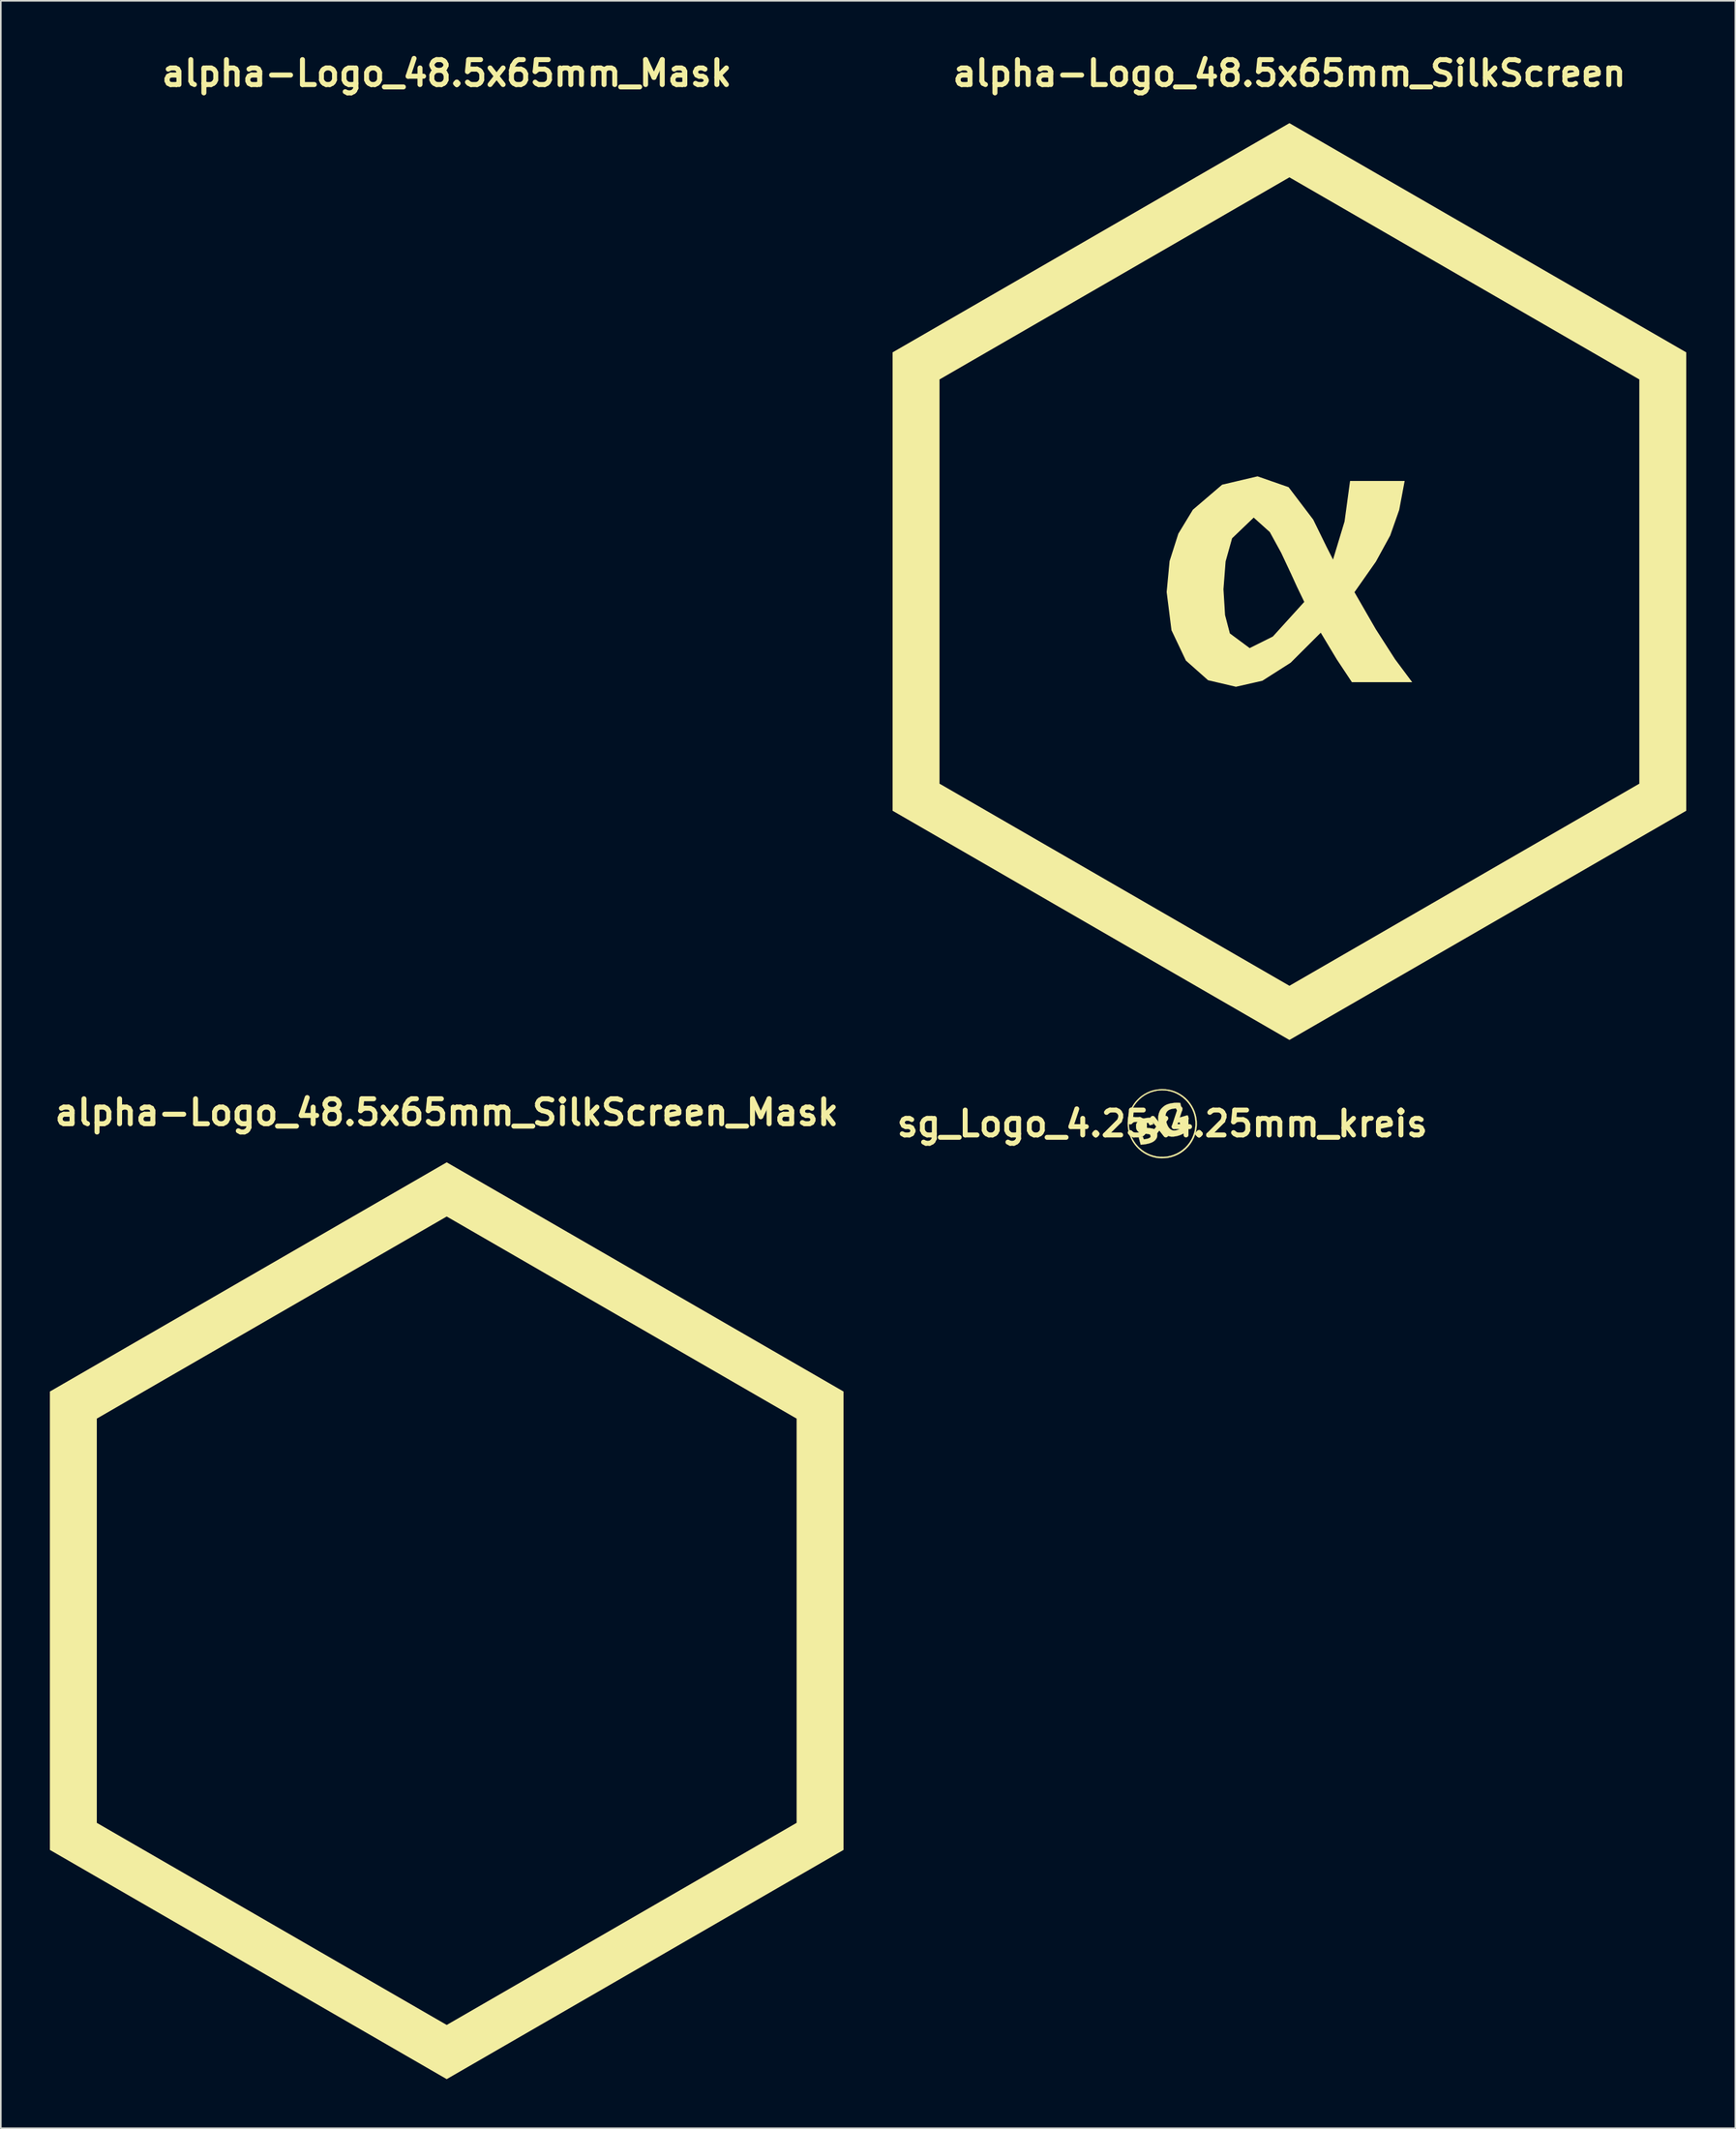
<source format=kicad_pcb>
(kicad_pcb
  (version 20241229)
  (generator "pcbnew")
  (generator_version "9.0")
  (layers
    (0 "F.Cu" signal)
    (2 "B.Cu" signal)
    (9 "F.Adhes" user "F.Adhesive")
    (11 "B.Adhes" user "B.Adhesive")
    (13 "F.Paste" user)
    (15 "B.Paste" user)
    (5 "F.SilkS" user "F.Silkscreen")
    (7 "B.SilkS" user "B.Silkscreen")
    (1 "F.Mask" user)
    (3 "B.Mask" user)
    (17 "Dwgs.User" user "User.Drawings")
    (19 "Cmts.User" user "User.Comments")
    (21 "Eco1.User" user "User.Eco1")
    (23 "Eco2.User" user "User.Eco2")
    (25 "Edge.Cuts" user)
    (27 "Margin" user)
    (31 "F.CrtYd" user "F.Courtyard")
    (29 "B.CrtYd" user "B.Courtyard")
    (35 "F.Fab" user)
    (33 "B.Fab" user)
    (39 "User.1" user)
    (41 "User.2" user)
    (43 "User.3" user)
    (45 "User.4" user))
  (footprint "sg_Logo_4.25x4.25mm_kreis"
    (layer "F.Cu")
    (at 67.983 65.594)
    (property "Reference" "sg_Logo_4.25x4.25mm_kreis" (at 0 0 0) (layer "F.SilkS") (effects (font (size 1.524 1.524) (thickness 0.3))))
    (attr through_hole)
    (fp_poly (pts (xy -0.596 -0.18) (xy -0.582 -0.119) (xy -0.569 -0.065) (xy -0.559 -0.021) (xy -0.553 0.01) (xy -0.551 0.022) (xy -0.556 0.032) (xy -0.576 0.043) (xy -0.611 0.055) (xy -0.654 0.067) (xy -0.699 0.079) (xy -0.735 0.088) (xy -0.758 0.094) (xy -0.765 0.095) (xy -0.773 0.087) (xy -0.787 0.064) (xy -0.806 0.031) (xy -0.812 0.021) (xy -0.832 -0.016) (xy -0.847 -0.038) (xy -0.86 -0.049) (xy -0.877 -0.052) (xy -0.894 -0.053) (xy -0.947 -0.048) (xy -1.007 -0.037) (xy -1.065 -0.021) (xy -1.113 -0.003) (xy -1.127 0.005) (xy -1.17 0.039) (xy -1.196 0.082) (xy -1.205 0.128) (xy -1.194 0.174) (xy -1.18 0.197) (xy -1.159 0.216) (xy -1.128 0.231) (xy -1.087 0.243) (xy -1.03 0.252) (xy -0.958 0.259) (xy -0.878 0.265) (xy -0.759 0.274) (xy -0.66 0.288) (xy -0.577 0.306) (xy -0.509 0.33) (xy -0.453 0.361) (xy -0.408 0.4) (xy -0.371 0.447) (xy -0.343 0.5) (xy -0.329 0.531) (xy -0.321 0.558) (xy -0.316 0.587) (xy -0.313 0.624) (xy -0.312 0.675) (xy -0.312 0.688) (xy -0.313 0.743) (xy -0.315 0.782) (xy -0.319 0.812) (xy -0.327 0.838) (xy -0.339 0.865) (xy -0.34 0.868) (xy -0.389 0.951) (xy -0.455 1.024) (xy -0.536 1.088) (xy -0.635 1.142) (xy -0.751 1.187) (xy -0.885 1.224) (xy -1.006 1.248) (xy -1.067 1.257) (xy -1.132 1.266) (xy -1.191 1.273) (xy -1.228 1.276) (xy -1.319 1.283) (xy -1.377 1.065) (xy -1.436 0.847) (xy -1.393 0.835) (xy -1.36 0.826) (xy -1.316 0.815) (xy -1.276 0.803) (xy -1.239 0.794) (xy -1.212 0.786) (xy -1.2 0.783) (xy -1.2 0.783) (xy -1.196 0.792) (xy -1.185 0.817) (xy -1.171 0.852) (xy -1.164 0.869) (xy -1.129 0.955) (xy -1.059 0.948) (xy -0.966 0.934) (xy -0.882 0.913) (xy -0.81 0.885) (xy -0.755 0.853) (xy -0.73 0.831) (xy -0.711 0.802) (xy -0.704 0.766) (xy -0.704 0.757) (xy -0.708 0.72) (xy -0.723 0.69) (xy -0.75 0.666) (xy -0.791 0.647) (xy -0.847 0.633) (xy -0.921 0.621) (xy -1.004 0.614) (xy -1.124 0.602) (xy -1.224 0.588) (xy -1.308 0.569) (xy -1.377 0.545) (xy -1.434 0.516) (xy -1.481 0.481) (xy -1.52 0.438) (xy -1.532 0.421) (xy -1.564 0.368) (xy -1.586 0.315) (xy -1.598 0.257) (xy -1.603 0.186) (xy -1.603 0.159) (xy -1.603 0.106) (xy -1.6 0.068) (xy -1.595 0.038) (xy -1.585 0.01) (xy -1.576 -0.011) (xy -1.525 -0.094) (xy -1.455 -0.166) (xy -1.368 -0.227) (xy -1.263 -0.277) (xy -1.14 -0.315) (xy -1 -0.342) (xy -0.841 -0.358) (xy -0.752 -0.362) (xy -0.641 -0.365) (xy -0.596 -0.18)) (stroke (width 0.01) (type solid)) (fill yes) (layer "F.SilkS"))
    (fp_poly (pts (xy 0.2 -2.101) (xy 0.39 -2.077) (xy 0.573 -2.035) (xy 0.753 -1.975) (xy 0.931 -1.897) (xy 1.113 -1.795) (xy 1.282 -1.679) (xy 1.438 -1.548) (xy 1.578 -1.405) (xy 1.703 -1.249) (xy 1.813 -1.084) (xy 1.906 -0.909) (xy 1.983 -0.727) (xy 2.042 -0.538) (xy 2.084 -0.344) (xy 2.107 -0.146) (xy 2.112 0.054) (xy 2.097 0.257) (xy 2.062 0.459) (xy 2.007 0.66) (xy 2 0.681) (xy 1.923 0.875) (xy 1.828 1.06) (xy 1.716 1.232) (xy 1.589 1.393) (xy 1.447 1.539) (xy 1.292 1.672) (xy 1.124 1.789) (xy 0.945 1.889) (xy 0.756 1.972) (xy 0.558 2.037) (xy 0.519 2.047) (xy 0.379 2.077) (xy 0.231 2.098) (xy 0.08 2.11) (xy -0.066 2.112) (xy -0.191 2.106) (xy -0.398 2.076) (xy -0.597 2.027) (xy -0.787 1.961) (xy -0.968 1.878) (xy -1.139 1.78) (xy -1.298 1.666) (xy -1.446 1.539) (xy -1.581 1.4) (xy -1.702 1.249) (xy -1.81 1.088) (xy -1.902 0.918) (xy -1.979 0.739) (xy -2.039 0.553) (xy -2.082 0.36) (xy -2.107 0.163) (xy -2.11 0.037) (xy -2.036 0.037) (xy -2.033 0.132) (xy -2.028 0.219) (xy -2.019 0.292) (xy -2.018 0.302) (xy -1.972 0.512) (xy -1.909 0.71) (xy -1.829 0.896) (xy -1.73 1.072) (xy -1.614 1.238) (xy -1.479 1.393) (xy -1.412 1.461) (xy -1.256 1.596) (xy -1.089 1.715) (xy -0.912 1.814) (xy -0.727 1.896) (xy -0.536 1.958) (xy -0.339 2.001) (xy -0.137 2.024) (xy 0.067 2.027) (xy 0.273 2.01) (xy 0.302 2.005) (xy 0.501 1.965) (xy 0.695 1.903) (xy 0.884 1.822) (xy 0.9 1.815) (xy 1.081 1.712) (xy 1.25 1.593) (xy 1.404 1.459) (xy 1.545 1.309) (xy 1.669 1.146) (xy 1.777 0.969) (xy 1.831 0.865) (xy 1.909 0.676) (xy 1.968 0.482) (xy 2.007 0.286) (xy 2.026 0.089) (xy 2.025 -0.109) (xy 2.006 -0.304) (xy 1.967 -0.497) (xy 1.911 -0.686) (xy 1.835 -0.868) (xy 1.742 -1.044) (xy 1.631 -1.21) (xy 1.502 -1.367) (xy 1.406 -1.466) (xy 1.247 -1.605) (xy 1.078 -1.725) (xy 0.901 -1.826) (xy 0.713 -1.908) (xy 0.517 -1.971) (xy 0.31 -2.015) (xy 0.296 -2.018) (xy 0.222 -2.027) (xy 0.134 -2.032) (xy 0.037 -2.035) (xy -0.062 -2.035) (xy -0.157 -2.032) (xy -0.243 -2.026) (xy -0.312 -2.017) (xy -0.522 -1.972) (xy -0.72 -1.91) (xy -0.906 -1.829) (xy -1.083 -1.73) (xy -1.249 -1.613) (xy -1.405 -1.478) (xy -1.417 -1.466) (xy -1.56 -1.313) (xy -1.685 -1.151) (xy -1.791 -0.98) (xy -1.879 -0.798) (xy -1.949 -0.606) (xy -2.001 -0.402) (xy -2.018 -0.312) (xy -2.027 -0.241) (xy -2.033 -0.156) (xy -2.036 -0.061) (xy -2.036 0.037) (xy -2.11 0.037) (xy -2.112 -0.039) (xy -2.098 -0.243) (xy -2.069 -0.427) (xy -2.017 -0.629) (xy -1.945 -0.825) (xy -1.853 -1.015) (xy -1.742 -1.196) (xy -1.674 -1.291) (xy -1.627 -1.348) (xy -1.569 -1.413) (xy -1.502 -1.482) (xy -1.432 -1.55) (xy -1.364 -1.613) (xy -1.301 -1.665) (xy -1.275 -1.685) (xy -1.097 -1.806) (xy -0.914 -1.906) (xy -0.726 -1.986) (xy -0.531 -2.045) (xy -0.33 -2.085) (xy -0.121 -2.106) (xy 0 -2.109) (xy 0.2 -2.101)) (stroke (width 0.01) (type solid)) (fill yes) (layer "F.SilkS"))
    (fp_poly (pts (xy 0.98 -1.274) (xy 1.097 -1.267) (xy 1.152 -1.037) (xy 1.168 -0.97) (xy 1.182 -0.909) (xy 1.193 -0.858) (xy 1.202 -0.819) (xy 1.206 -0.797) (xy 1.206 -0.792) (xy 1.196 -0.782) (xy 1.165 -0.769) (xy 1.113 -0.753) (xy 1.096 -0.749) (xy 1.05 -0.737) (xy 1.011 -0.727) (xy 0.985 -0.721) (xy 0.975 -0.72) (xy 0.966 -0.728) (xy 0.948 -0.751) (xy 0.924 -0.786) (xy 0.898 -0.827) (xy 0.832 -0.934) (xy 0.747 -0.927) (xy 0.618 -0.91) (xy 0.507 -0.882) (xy 0.413 -0.843) (xy 0.337 -0.791) (xy 0.277 -0.728) (xy 0.233 -0.652) (xy 0.206 -0.562) (xy 0.195 -0.46) (xy 0.199 -0.343) (xy 0.219 -0.213) (xy 0.239 -0.128) (xy 0.279 0.006) (xy 0.326 0.12) (xy 0.38 0.216) (xy 0.443 0.293) (xy 0.513 0.352) (xy 0.569 0.384) (xy 0.606 0.401) (xy 0.637 0.411) (xy 0.669 0.416) (xy 0.71 0.417) (xy 0.736 0.417) (xy 0.797 0.414) (xy 0.849 0.406) (xy 0.904 0.391) (xy 0.915 0.387) (xy 0.965 0.368) (xy 1.017 0.347) (xy 1.065 0.324) (xy 1.106 0.302) (xy 1.135 0.283) (xy 1.15 0.269) (xy 1.15 0.269) (xy 1.149 0.254) (xy 1.144 0.223) (xy 1.134 0.18) (xy 1.121 0.127) (xy 1.112 0.095) (xy 1.097 0.04) (xy 1.085 -0.008) (xy 1.075 -0.044) (xy 1.07 -0.066) (xy 1.069 -0.07) (xy 1.059 -0.072) (xy 1.033 -0.073) (xy 0.995 -0.074) (xy 0.971 -0.074) (xy 0.926 -0.075) (xy 0.889 -0.078) (xy 0.865 -0.081) (xy 0.86 -0.083) (xy 0.851 -0.096) (xy 0.84 -0.124) (xy 0.828 -0.161) (xy 0.816 -0.202) (xy 0.807 -0.241) (xy 0.801 -0.273) (xy 0.8 -0.293) (xy 0.801 -0.296) (xy 0.812 -0.3) (xy 0.841 -0.309) (xy 0.884 -0.322) (xy 0.94 -0.339) (xy 1.005 -0.358) (xy 1.076 -0.378) (xy 1.151 -0.4) (xy 1.227 -0.422) (xy 1.301 -0.443) (xy 1.37 -0.463) (xy 1.432 -0.48) (xy 1.484 -0.495) (xy 1.522 -0.505) (xy 1.545 -0.511) (xy 1.549 -0.512) (xy 1.556 -0.503) (xy 1.566 -0.478) (xy 1.578 -0.443) (xy 1.582 -0.429) (xy 1.597 -0.373) (xy 1.608 -0.334) (xy 1.612 -0.307) (xy 1.609 -0.288) (xy 1.597 -0.273) (xy 1.577 -0.257) (xy 1.547 -0.238) (xy 1.54 -0.233) (xy 1.505 -0.207) (xy 1.478 -0.185) (xy 1.462 -0.168) (xy 1.46 -0.163) (xy 1.463 -0.149) (xy 1.471 -0.117) (xy 1.482 -0.071) (xy 1.497 -0.013) (xy 1.515 0.054) (xy 1.53 0.113) (xy 1.6 0.373) (xy 1.566 0.408) (xy 1.513 0.455) (xy 1.445 0.506) (xy 1.365 0.558) (xy 1.278 0.608) (xy 1.188 0.653) (xy 1.106 0.689) (xy 1.015 0.721) (xy 0.917 0.748) (xy 0.816 0.769) (xy 0.719 0.784) (xy 0.629 0.791) (xy 0.551 0.79) (xy 0.524 0.787) (xy 0.397 0.759) (xy 0.282 0.712) (xy 0.176 0.647) (xy 0.082 0.564) (xy -0.002 0.463) (xy -0.076 0.343) (xy -0.139 0.205) (xy -0.158 0.153) (xy -0.208 -0.012) (xy -0.238 -0.172) (xy -0.249 -0.325) (xy -0.241 -0.472) (xy -0.213 -0.611) (xy -0.165 -0.743) (xy -0.151 -0.773) (xy -0.126 -0.821) (xy -0.101 -0.861) (xy -0.071 -0.899) (xy -0.034 -0.941) (xy -0.006 -0.969) (xy 0.076 -1.045) (xy 0.157 -1.104) (xy 0.245 -1.152) (xy 0.329 -1.186) (xy 0.456 -1.225) (xy 0.596 -1.253) (xy 0.743 -1.271) (xy 0.89 -1.277) (xy 0.98 -1.274)) (stroke (width 0.01) (type solid)) (fill yes) (layer "F.SilkS")))
  (footprint "alpha-Logo_48.5x65mm_SilkScreen"
    (layer "F.Cu")
    (at 75.753 32.477)
    (property "Reference" "alpha-Logo_48.5x65mm_SilkScreen" (at 0 -31.051 0) (layer "F.SilkS") (effects (font (size 1.524 1.524) (thickness 0.305))))
    (attr smd)
    (fp_poly (pts (xy -0.000257 -28.003) (xy -0.000257 -24.694) (xy 21.385 -12.347) (xy 21.385 12.346) (xy -0.000257 24.693) (xy -21.385 12.346) (xy -21.385 -12.347) (xy -0.000257 -24.694) (xy -0.000257 -28.003) (xy -24.251 -14.002) (xy -24.251 14.001) (xy -0.000257 28.003) (xy 24.251 14.001) (xy 24.251 13.174) (xy 24.251 -14.002) (xy -0.000257 -28.003)) (stroke (width 0) (type solid)) (fill yes) (layer "F.SilkS"))
    (fp_poly (pts (xy -1.948 -6.427) (xy -2.183 -3.908) (xy -1.198 -3.023) (xy -0.504 -1.758) (xy 0.101 -0.47) (xy 0.459 0.313) (xy 0.907 1.242) (xy -1.013 3.358) (xy -2.43 4.064) (xy -3.639 3.168) (xy -3.933 2.046) (xy -4.031 0.47) (xy -3.899 -1.232) (xy -3.504 -2.643) (xy -2.183 -3.908) (xy -1.948 -6.427) (xy -4.112 -5.918) (xy -5.9 -4.389) (xy -6.79 -2.925) (xy -7.324 -1.249) (xy -7.502 0.638) (xy -7.208 2.973) (xy -6.326 4.826) (xy -4.974 6.026) (xy -3.269 6.426) (xy -1.653 6.059) (xy 0.074 4.958) (xy 1.914 3.123) (xy 2.894 4.752) (xy 3.818 6.146) (xy 7.502 6.146) (xy 6.453 4.739) (xy 5.277 2.907) (xy 3.975 0.649) (xy 5.282 -1.212) (xy 6.158 -2.811) (xy 6.71 -4.378) (xy 7.043 -6.147) (xy 3.706 -6.147) (xy 3.37 -3.673) (xy 2.665 -1.344) (xy 2.273 -2.116) (xy 1.455 -3.785) (xy -0.05 -5.766) (xy -1.948 -6.427)) (stroke (width 0) (type solid)) (fill yes) (layer "F.SilkS")))
  (footprint "alpha-Logo_48.5x65mm_SilkScreen_Mask"
    (layer "F.Cu")
    (at 24.251 95.958)
    (property "Reference" "alpha-Logo_48.5x65mm_SilkScreen_Mask" (at 0 -31.051 0) (layer "F.SilkS") (effects (font (size 1.524 1.524) (thickness 0.305))))
    (attr smd)
    (fp_poly (pts (xy -1.948 -6.427) (xy -2.183 -3.908) (xy -1.198 -3.023) (xy -0.504 -1.758) (xy 0.101 -0.47) (xy 0.459 0.313) (xy 0.907 1.242) (xy -1.013 3.358) (xy -2.43 4.064) (xy -3.639 3.168) (xy -3.933 2.046) (xy -4.031 0.47) (xy -3.899 -1.232) (xy -3.504 -2.643) (xy -2.183 -3.908) (xy -1.948 -6.427) (xy -4.112 -5.918) (xy -5.9 -4.389) (xy -6.79 -2.925) (xy -7.324 -1.249) (xy -7.502 0.638) (xy -7.208 2.973) (xy -6.326 4.826) (xy -4.974 6.026) (xy -3.269 6.426) (xy -1.653 6.059) (xy 0.074 4.958) (xy 1.914 3.123) (xy 2.894 4.752) (xy 3.818 6.146) (xy 7.502 6.146) (xy 6.453 4.739) (xy 5.277 2.907) (xy 3.975 0.649) (xy 5.282 -1.212) (xy 6.158 -2.811) (xy 6.71 -4.378) (xy 7.043 -6.147) (xy 3.706 -6.147) (xy 3.37 -3.673) (xy 2.665 -1.344) (xy 2.273 -2.116) (xy 1.455 -3.785) (xy -0.05 -5.766) (xy -1.948 -6.427)) (stroke (width 0) (type solid)) (fill yes) (layer "F.Mask"))
    (fp_poly (pts (xy -0.000257 -28.003) (xy -0.000257 -24.694) (xy 21.385 -12.347) (xy 21.385 12.346) (xy -0.000257 24.693) (xy -21.385 12.346) (xy -21.385 -12.347) (xy -0.000257 -24.694) (xy -0.000257 -28.003) (xy -24.251 -14.002) (xy -24.251 14.001) (xy -0.000257 28.003) (xy 24.251 14.001) (xy 24.251 13.174) (xy 24.251 -14.002) (xy -0.000257 -28.003)) (stroke (width 0) (type solid)) (fill yes) (layer "F.SilkS")))
  (footprint "alpha-Logo_48.5x65mm_Mask"
    (layer "F.Cu")
    (at 24.251 32.477)
    (property "Reference" "alpha-Logo_48.5x65mm_Mask" (at 0 -31.051 0) (layer "F.SilkS") (effects (font (size 1.524 1.524) (thickness 0.305))))
    (attr smd)
    (fp_poly (pts (xy -0.000257 -28.003) (xy -0.000257 -24.694) (xy 21.385 -12.347) (xy 21.385 12.346) (xy -0.000257 24.693) (xy -21.385 12.346) (xy -21.385 -12.347) (xy -0.000257 -24.694) (xy -0.000257 -28.003) (xy -24.251 -14.002) (xy -24.251 14.001) (xy -0.000257 28.003) (xy 24.251 14.001) (xy 24.251 13.174) (xy 24.251 -14.002) (xy -0.000257 -28.003)) (stroke (width 0) (type solid)) (fill yes) (layer "F.Mask"))
    (fp_poly (pts (xy -1.948 -6.427) (xy -2.183 -3.908) (xy -1.198 -3.023) (xy -0.504 -1.758) (xy 0.101 -0.47) (xy 0.459 0.313) (xy 0.907 1.242) (xy -1.013 3.358) (xy -2.43 4.064) (xy -3.639 3.168) (xy -3.933 2.046) (xy -4.031 0.47) (xy -3.899 -1.232) (xy -3.504 -2.643) (xy -2.183 -3.908) (xy -1.948 -6.427) (xy -4.112 -5.918) (xy -5.9 -4.389) (xy -6.79 -2.925) (xy -7.324 -1.249) (xy -7.502 0.638) (xy -7.208 2.973) (xy -6.326 4.826) (xy -4.974 6.026) (xy -3.269 6.426) (xy -1.653 6.059) (xy 0.074 4.958) (xy 1.914 3.123) (xy 2.894 4.752) (xy 3.818 6.146) (xy 7.502 6.146) (xy 6.453 4.739) (xy 5.277 2.907) (xy 3.975 0.649) (xy 5.282 -1.212) (xy 6.158 -2.811) (xy 6.71 -4.378) (xy 7.043 -6.147) (xy 3.706 -6.147) (xy 3.37 -3.673) (xy 2.665 -1.344) (xy 2.273 -2.116) (xy 1.455 -3.785) (xy -0.05 -5.766) (xy -1.948 -6.427)) (stroke (width 0) (type solid)) (fill yes) (layer "F.Mask")))
  (gr_rect
    (start -3 -3)
    (end 103.004 126.961)
    (stroke (width 0.1) (type default))
    (fill no)
    (layer "Edge.Cuts")))
</source>
